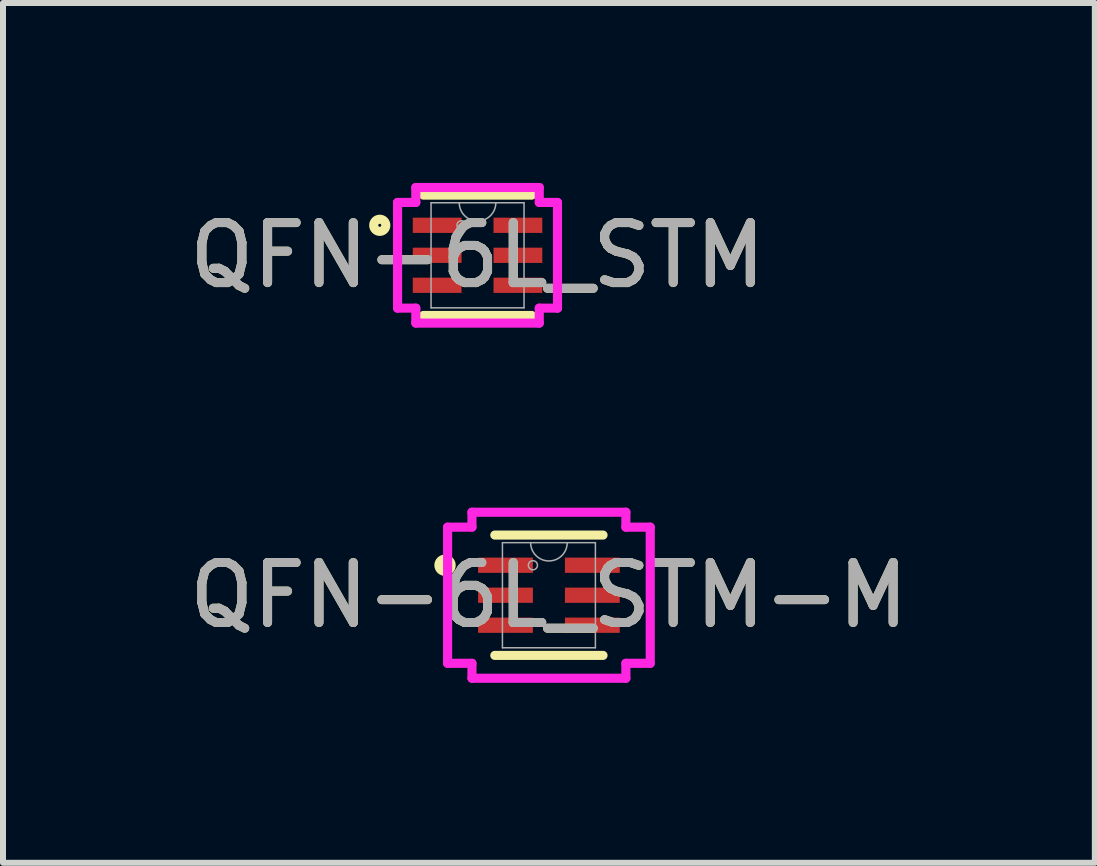
<source format=kicad_pcb>
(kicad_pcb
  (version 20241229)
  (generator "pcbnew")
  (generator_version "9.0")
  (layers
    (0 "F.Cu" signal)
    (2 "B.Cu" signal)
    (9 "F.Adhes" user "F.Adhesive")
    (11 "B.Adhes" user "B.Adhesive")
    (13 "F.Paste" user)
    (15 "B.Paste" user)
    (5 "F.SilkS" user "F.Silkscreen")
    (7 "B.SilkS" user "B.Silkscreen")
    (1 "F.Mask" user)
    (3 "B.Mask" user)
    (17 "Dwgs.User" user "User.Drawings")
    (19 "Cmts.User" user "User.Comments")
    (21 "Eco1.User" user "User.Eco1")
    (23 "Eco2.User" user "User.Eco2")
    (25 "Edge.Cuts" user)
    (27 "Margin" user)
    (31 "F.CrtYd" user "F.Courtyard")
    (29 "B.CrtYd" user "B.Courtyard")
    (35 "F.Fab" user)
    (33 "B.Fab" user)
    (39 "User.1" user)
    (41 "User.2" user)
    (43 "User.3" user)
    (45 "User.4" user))
  (footprint "QFN-6L_STM-M"
    (layer "F.Cu")
    (at 6.101 6.873)
    (property "Reference" "QFN-6L_STM-M" (at 0 0 0) (unlocked yes) (layer "F.SilkS") (effects (font (size 1 1) (thickness 0.15))))
    (attr smd)
    (fp_line (start -0.902 1.003) (end 0.902 1.003) (stroke (width 0.152) (type solid)) (layer "F.SilkS"))
    (fp_line (start 0.902 -1.003) (end -0.902 -1.003) (stroke (width 0.152) (type solid)) (layer "F.SilkS"))
    (fp_circle (center -1.732 -0.5) (end -1.63 -0.5) (stroke (width 0.152) (type solid)) (fill no) (layer "F.SilkS"))
    (fp_line (start -1.689 -1.135) (end -1.283 -1.135) (stroke (width 0.152) (type solid)) (layer "F.CrtYd"))
    (fp_line (start -1.689 1.135) (end -1.689 -1.135) (stroke (width 0.152) (type solid)) (layer "F.CrtYd"))
    (fp_line (start -1.689 1.135) (end -1.283 1.135) (stroke (width 0.152) (type solid)) (layer "F.CrtYd"))
    (fp_line (start -1.283 -1.384) (end 1.283 -1.384) (stroke (width 0.152) (type solid)) (layer "F.CrtYd"))
    (fp_line (start -1.283 -1.135) (end -1.283 -1.384) (stroke (width 0.152) (type solid)) (layer "F.CrtYd"))
    (fp_line (start -1.283 1.384) (end -1.283 1.135) (stroke (width 0.152) (type solid)) (layer "F.CrtYd"))
    (fp_line (start 1.283 -1.384) (end 1.283 -1.135) (stroke (width 0.152) (type solid)) (layer "F.CrtYd"))
    (fp_line (start 1.283 1.135) (end 1.283 1.384) (stroke (width 0.152) (type solid)) (layer "F.CrtYd"))
    (fp_line (start 1.283 1.384) (end -1.283 1.384) (stroke (width 0.152) (type solid)) (layer "F.CrtYd"))
    (fp_line (start 1.689 -1.135) (end 1.283 -1.135) (stroke (width 0.152) (type solid)) (layer "F.CrtYd"))
    (fp_line (start 1.689 -1.135) (end 1.689 1.135) (stroke (width 0.152) (type solid)) (layer "F.CrtYd"))
    (fp_line (start 1.689 1.135) (end 1.283 1.135) (stroke (width 0.152) (type solid)) (layer "F.CrtYd"))
    (fp_line (start -0.775 -0.876) (end -0.775 0.876) (stroke (width 0.025) (type solid)) (layer "F.Fab"))
    (fp_line (start -0.775 0.876) (end 0.775 0.876) (stroke (width 0.025) (type solid)) (layer "F.Fab"))
    (fp_line (start 0.775 -0.876) (end -0.775 -0.876) (stroke (width 0.025) (type solid)) (layer "F.Fab"))
    (fp_line (start 0.775 0.876) (end 0.775 -0.876) (stroke (width 0.025) (type solid)) (layer "F.Fab"))
    (fp_arc (start 0.3048 -0.8763) (mid 0 -0.5715) (end -0.3048 -0.8763) (stroke (width 0.0254) (type solid)) (layer "F.Fab"))
    (fp_circle (center -0.267 -0.5) (end -0.191 -0.5) (stroke (width 0.025) (type solid)) (fill no) (layer "F.Fab"))
    (fp_text user "${REFERENCE}" (at 0 0 0) (unlocked yes) (layer "F.Fab") (effects (font (size 1 1) (thickness 0.15))))
    (pad "1" smd rect (at -0.724 -0.5) (size 0.914 0.254) (layers "F.Cu" "F.Mask" "F.Paste"))
    (pad "2" smd rect (at -0.724 0) (size 0.914 0.254) (layers "F.Cu" "F.Mask" "F.Paste"))
    (pad "3" smd rect (at -0.724 0.5) (size 0.914 0.254) (layers "F.Cu" "F.Mask" "F.Paste"))
    (pad "4" smd rect (at 0.724 0.5) (size 0.914 0.254) (layers "F.Cu" "F.Mask" "F.Paste"))
    (pad "5" smd rect (at 0.724 0) (size 0.914 0.254) (layers "F.Cu" "F.Mask" "F.Paste"))
    (pad "6" smd rect (at 0.724 -0.5) (size 0.914 0.254) (layers "F.Cu" "F.Mask" "F.Paste")))
  (footprint "QFN-6L_STM"
    (layer "F.Cu")
    (at 4.911 1.206)
    (property "Reference" "QFN-6L_STM" (at 0 0 0) (unlocked yes) (layer "F.SilkS") (effects (font (size 1 1) (thickness 0.15))))
    (attr smd)
    (fp_line (start -0.902 1.003) (end 0.902 1.003) (stroke (width 0.152) (type solid)) (layer "F.SilkS"))
    (fp_line (start 0.902 -1.003) (end -0.902 -1.003) (stroke (width 0.152) (type solid)) (layer "F.SilkS"))
    (fp_circle (center -1.63 -0.5) (end -1.529 -0.5) (stroke (width 0.152) (type solid)) (fill no) (layer "F.SilkS"))
    (fp_line (start -1.333 -0.881) (end -1.029 -0.881) (stroke (width 0.152) (type solid)) (layer "F.CrtYd"))
    (fp_line (start -1.333 0.881) (end -1.333 -0.881) (stroke (width 0.152) (type solid)) (layer "F.CrtYd"))
    (fp_line (start -1.333 0.881) (end -1.029 0.881) (stroke (width 0.152) (type solid)) (layer "F.CrtYd"))
    (fp_line (start -1.029 -1.13) (end 1.029 -1.13) (stroke (width 0.152) (type solid)) (layer "F.CrtYd"))
    (fp_line (start -1.029 -0.881) (end -1.029 -1.13) (stroke (width 0.152) (type solid)) (layer "F.CrtYd"))
    (fp_line (start -1.029 1.13) (end -1.029 0.881) (stroke (width 0.152) (type solid)) (layer "F.CrtYd"))
    (fp_line (start 1.029 -1.13) (end 1.029 -0.881) (stroke (width 0.152) (type solid)) (layer "F.CrtYd"))
    (fp_line (start 1.029 0.881) (end 1.029 1.13) (stroke (width 0.152) (type solid)) (layer "F.CrtYd"))
    (fp_line (start 1.029 1.13) (end -1.029 1.13) (stroke (width 0.152) (type solid)) (layer "F.CrtYd"))
    (fp_line (start 1.333 -0.881) (end 1.029 -0.881) (stroke (width 0.152) (type solid)) (layer "F.CrtYd"))
    (fp_line (start 1.333 -0.881) (end 1.333 0.881) (stroke (width 0.152) (type solid)) (layer "F.CrtYd"))
    (fp_line (start 1.333 0.881) (end 1.029 0.881) (stroke (width 0.152) (type solid)) (layer "F.CrtYd"))
    (fp_line (start -0.775 -0.876) (end -0.775 0.876) (stroke (width 0.025) (type solid)) (layer "F.Fab"))
    (fp_line (start -0.775 0.876) (end 0.775 0.876) (stroke (width 0.025) (type solid)) (layer "F.Fab"))
    (fp_line (start 0.775 -0.876) (end -0.775 -0.876) (stroke (width 0.025) (type solid)) (layer "F.Fab"))
    (fp_line (start 0.775 0.876) (end 0.775 -0.876) (stroke (width 0.025) (type solid)) (layer "F.Fab"))
    (fp_arc (start 0.3048 -0.8763) (mid 0 -0.5715) (end -0.3048 -0.8763) (stroke (width 0.0254) (type solid)) (layer "F.Fab"))
    (fp_circle (center -0.267 -0.5) (end -0.191 -0.5) (stroke (width 0.025) (type solid)) (fill no) (layer "F.Fab"))
    (fp_text user "${REFERENCE}" (at 0 0 0) (unlocked yes) (layer "F.Fab") (effects (font (size 1 1) (thickness 0.15))))
    (pad "1" smd rect (at -0.673 -0.5) (size 0.813 0.254) (layers "F.Cu" "F.Mask" "F.Paste"))
    (pad "2" smd rect (at -0.673 0) (size 0.813 0.254) (layers "F.Cu" "F.Mask" "F.Paste"))
    (pad "3" smd rect (at -0.673 0.5) (size 0.813 0.254) (layers "F.Cu" "F.Mask" "F.Paste"))
    (pad "4" smd rect (at 0.673 0.5) (size 0.813 0.254) (layers "F.Cu" "F.Mask" "F.Paste"))
    (pad "5" smd rect (at 0.673 0) (size 0.813 0.254) (layers "F.Cu" "F.Mask" "F.Paste"))
    (pad "6" smd rect (at 0.673 -0.5) (size 0.813 0.254) (layers "F.Cu" "F.Mask" "F.Paste")))
  (gr_rect
    (start -3 -3)
    (end 15.202 11.334)
    (stroke (width 0.1) (type default))
    (fill no)
    (layer "Edge.Cuts")))
</source>
